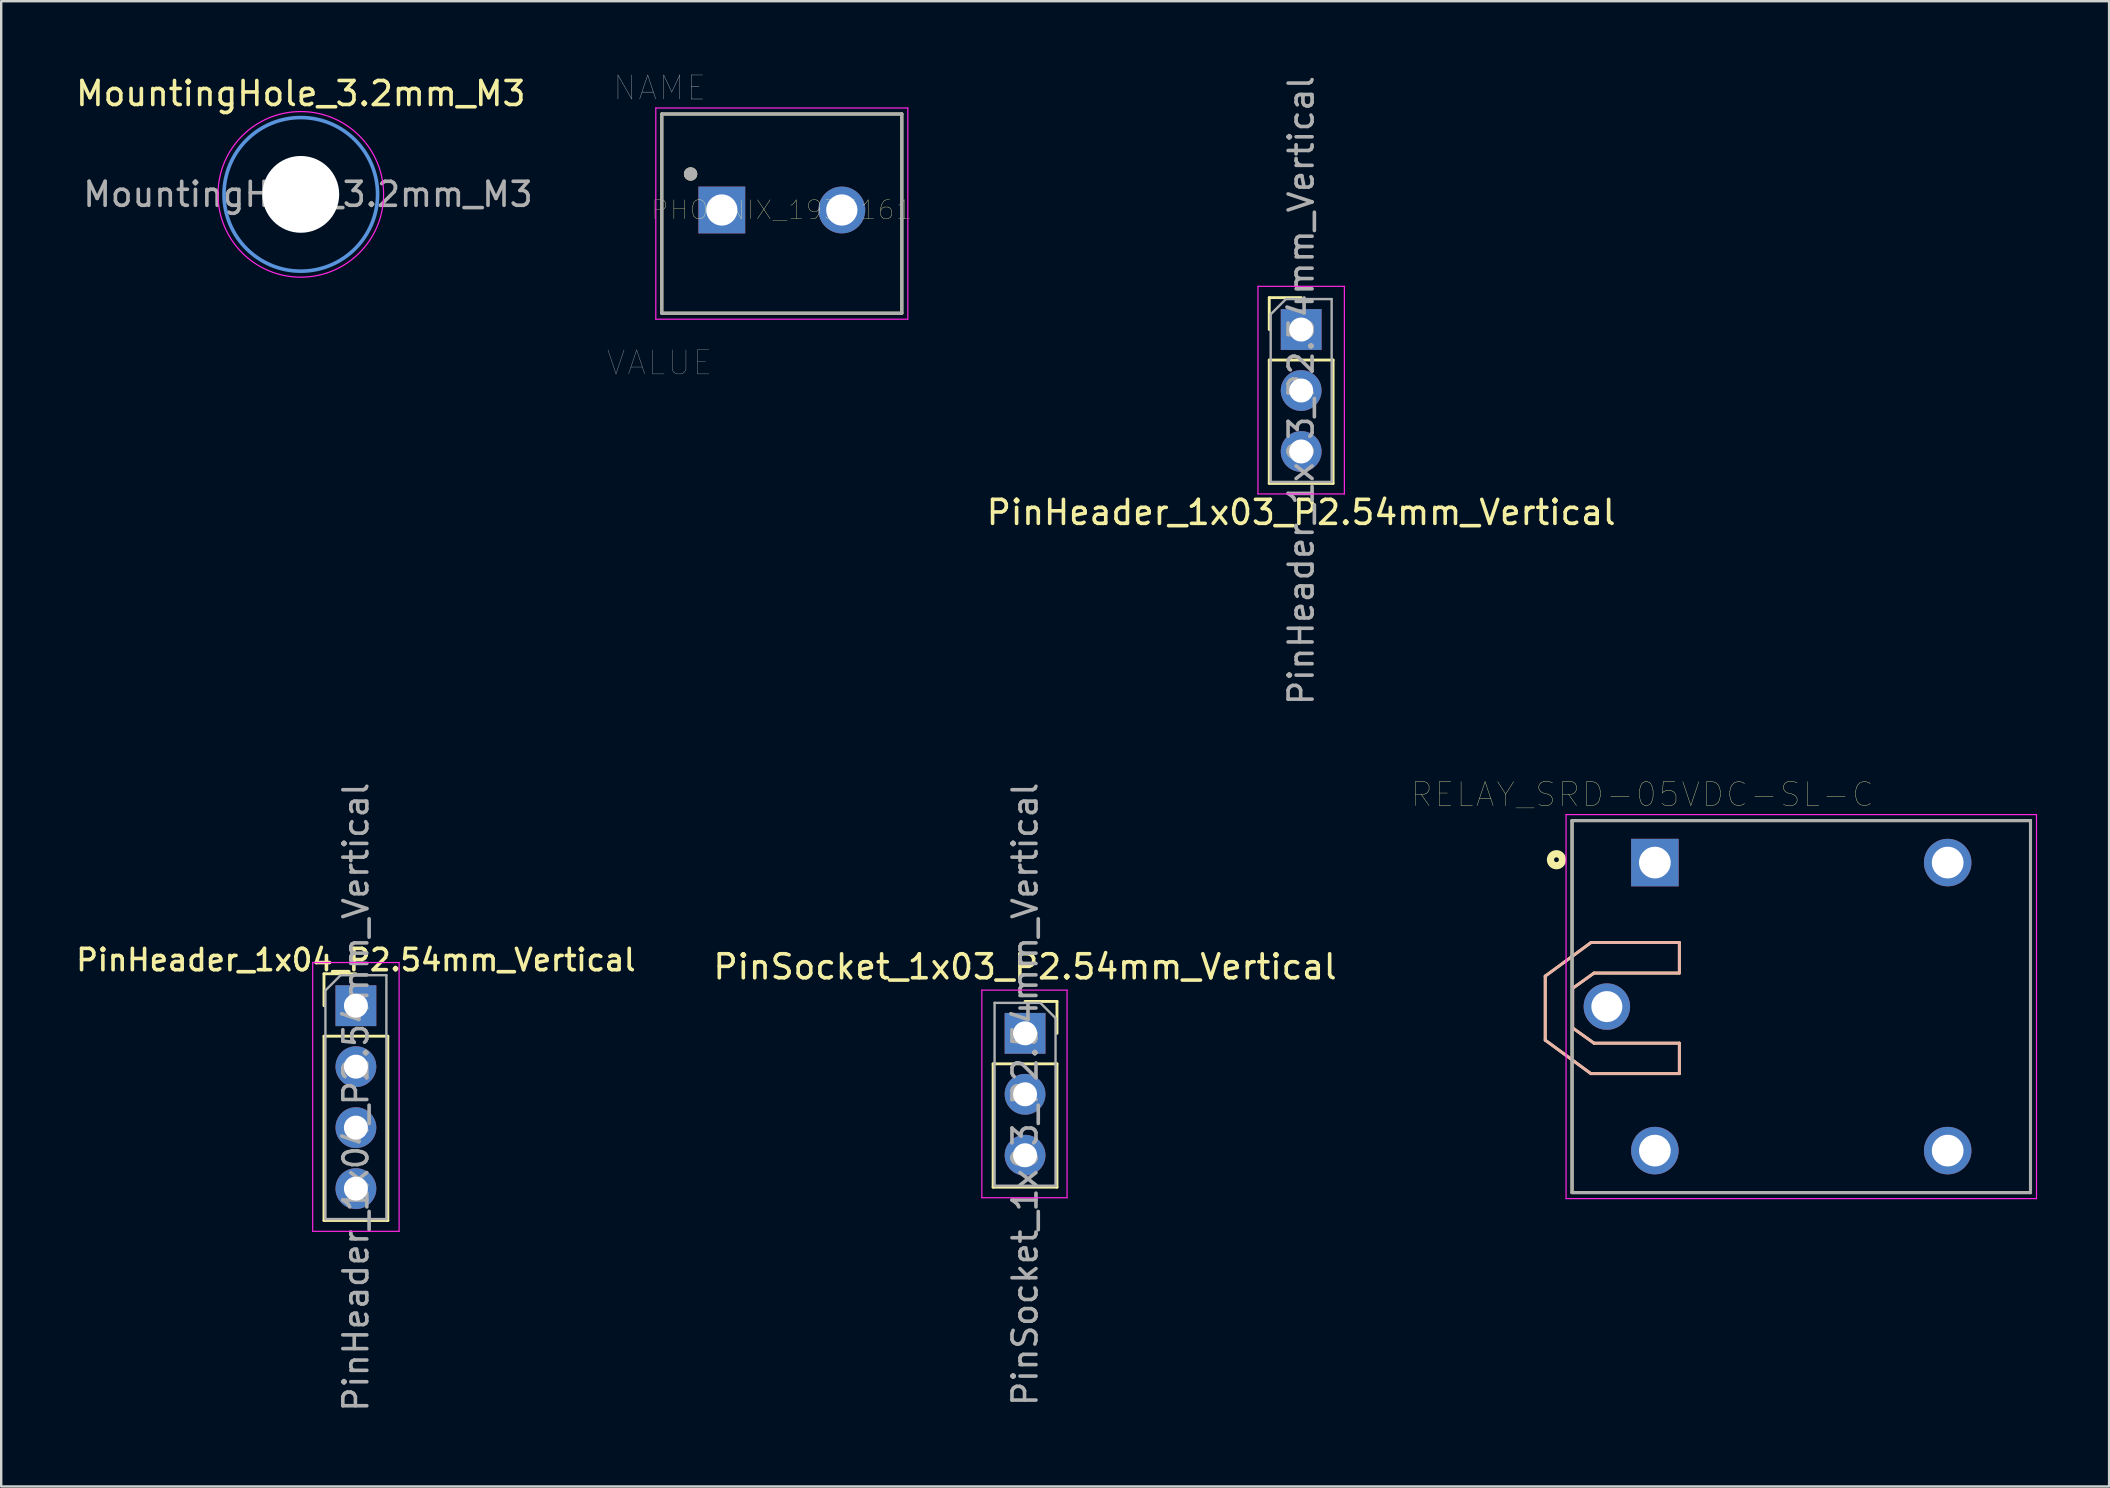
<source format=kicad_pcb>
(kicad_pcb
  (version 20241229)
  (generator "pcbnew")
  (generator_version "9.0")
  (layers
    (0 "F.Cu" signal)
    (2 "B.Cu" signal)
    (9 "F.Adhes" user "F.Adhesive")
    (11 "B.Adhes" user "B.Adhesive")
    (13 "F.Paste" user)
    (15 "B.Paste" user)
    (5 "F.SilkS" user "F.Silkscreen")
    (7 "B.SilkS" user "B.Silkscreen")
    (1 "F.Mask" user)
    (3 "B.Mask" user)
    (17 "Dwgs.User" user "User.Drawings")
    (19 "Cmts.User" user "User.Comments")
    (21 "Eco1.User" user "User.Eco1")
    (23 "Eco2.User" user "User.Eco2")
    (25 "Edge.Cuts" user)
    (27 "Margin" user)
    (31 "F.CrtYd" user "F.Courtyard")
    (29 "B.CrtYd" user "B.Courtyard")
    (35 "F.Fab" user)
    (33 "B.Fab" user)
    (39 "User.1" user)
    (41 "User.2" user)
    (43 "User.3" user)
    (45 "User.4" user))
  (footprint "RELAY_SRD-05VDC-SL-C"
    (layer "F.Cu")
    (at 72.251 38.888)
    (property "Reference" "RELAY_SRD-05VDC-SL-C" (at -6.88 -8.836 0) (layer "F.SilkS") (effects (font (size 1 1) (thickness 0.015))))
    (attr through_hole)
    (fp_line (start -10.922 -1.27) (end -10.922 1.397) (stroke (width 0.12) (type solid)) (layer "F.SilkS"))
    (fp_line (start -9.804 -7.75) (end 9.296 -7.75) (stroke (width 0.127) (type solid)) (layer "F.SilkS"))
    (fp_line (start -9.804 7.75) (end -9.804 -7.75) (stroke (width 0.127) (type solid)) (layer "F.SilkS"))
    (fp_line (start -9.779 -0.762) (end -9.779 0.889) (stroke (width 0.12) (type solid)) (layer "F.SilkS"))
    (fp_line (start -9.779 -0.762) (end -8.89 -1.397) (stroke (width 0.12) (type solid)) (layer "F.SilkS"))
    (fp_line (start -9.779 0.889) (end -8.89 1.524) (stroke (width 0.12) (type solid)) (layer "F.SilkS"))
    (fp_line (start -9.017 -2.667) (end -10.922 -1.27) (stroke (width 0.12) (type solid)) (layer "F.SilkS"))
    (fp_line (start -9.017 2.794) (end -10.922 1.397) (stroke (width 0.12) (type solid)) (layer "F.SilkS"))
    (fp_line (start -5.334 -2.667) (end -9.017 -2.667) (stroke (width 0.12) (type solid)) (layer "F.SilkS"))
    (fp_line (start -5.334 -2.667) (end -5.334 -1.397) (stroke (width 0.12) (type solid)) (layer "F.SilkS"))
    (fp_line (start -5.334 -1.397) (end -8.89 -1.397) (stroke (width 0.12) (type solid)) (layer "F.SilkS"))
    (fp_line (start -5.334 1.524) (end -8.89 1.524) (stroke (width 0.12) (type solid)) (layer "F.SilkS"))
    (fp_line (start -5.334 2.794) (end -9.017 2.794) (stroke (width 0.12) (type solid)) (layer "F.SilkS"))
    (fp_line (start -5.334 2.794) (end -5.334 1.524) (stroke (width 0.12) (type solid)) (layer "F.SilkS"))
    (fp_line (start 9.296 -7.75) (end 9.296 7.75) (stroke (width 0.127) (type solid)) (layer "F.SilkS"))
    (fp_line (start 9.296 7.75) (end -9.804 7.75) (stroke (width 0.127) (type solid)) (layer "F.SilkS"))
    (fp_circle (center -10.454 -6.119) (end -10.354 -6.119) (stroke (width 0.3) (type solid)) (fill no) (layer "F.SilkS"))
    (fp_line (start -10.922 -1.27) (end -10.922 1.397) (stroke (width 0.12) (type solid)) (layer "B.SilkS"))
    (fp_line (start -9.779 -0.762) (end -9.779 0.889) (stroke (width 0.12) (type solid)) (layer "B.SilkS"))
    (fp_line (start -9.779 -0.762) (end -8.89 -1.397) (stroke (width 0.12) (type solid)) (layer "B.SilkS"))
    (fp_line (start -9.779 0.889) (end -8.89 1.524) (stroke (width 0.12) (type solid)) (layer "B.SilkS"))
    (fp_line (start -9.017 -2.667) (end -10.922 -1.27) (stroke (width 0.12) (type solid)) (layer "B.SilkS"))
    (fp_line (start -9.017 2.794) (end -10.922 1.397) (stroke (width 0.12) (type solid)) (layer "B.SilkS"))
    (fp_line (start -5.334 -2.667) (end -9.017 -2.667) (stroke (width 0.12) (type solid)) (layer "B.SilkS"))
    (fp_line (start -5.334 -2.667) (end -5.334 -1.397) (stroke (width 0.12) (type solid)) (layer "B.SilkS"))
    (fp_line (start -5.334 -1.397) (end -8.89 -1.397) (stroke (width 0.12) (type solid)) (layer "B.SilkS"))
    (fp_line (start -5.334 1.524) (end -8.89 1.524) (stroke (width 0.12) (type solid)) (layer "B.SilkS"))
    (fp_line (start -5.334 2.794) (end -9.017 2.794) (stroke (width 0.12) (type solid)) (layer "B.SilkS"))
    (fp_line (start -5.334 2.794) (end -5.334 1.524) (stroke (width 0.12) (type solid)) (layer "B.SilkS"))
    (fp_line (start -10.054 -8) (end 9.546 -8) (stroke (width 0.05) (type solid)) (layer "F.CrtYd"))
    (fp_line (start -10.054 8) (end -10.054 -8) (stroke (width 0.05) (type solid)) (layer "F.CrtYd"))
    (fp_line (start 9.546 -8) (end 9.546 8) (stroke (width 0.05) (type solid)) (layer "F.CrtYd"))
    (fp_line (start 9.546 8) (end -10.054 8) (stroke (width 0.05) (type solid)) (layer "F.CrtYd"))
    (fp_line (start -9.804 -7.75) (end 9.296 -7.75) (stroke (width 0.127) (type solid)) (layer "F.Fab"))
    (fp_line (start -9.804 7.75) (end -9.804 -7.75) (stroke (width 0.127) (type solid)) (layer "F.Fab"))
    (fp_line (start 9.296 -7.75) (end 9.296 7.75) (stroke (width 0.127) (type solid)) (layer "F.Fab"))
    (fp_line (start 9.296 7.75) (end -9.804 7.75) (stroke (width 0.127) (type solid)) (layer "F.Fab"))
    (pad "A1" thru_hole rect (at -6.354 -6) (size 1.98 1.98) (drill 1.32) (layers "*.Cu" "*.Mask"))
    (pad "A2" thru_hole circle (at -6.354 6) (size 1.98 1.98) (drill 1.32) (layers "*.Cu" "*.Mask"))
    (pad "COM" thru_hole circle (at -8.354 0) (size 1.935 1.935) (drill 1.29) (layers "*.Cu" "*.Mask"))
    (pad "NC" thru_hole circle (at 5.846 -6) (size 1.98 1.98) (drill 1.32) (layers "*.Cu" "*.Mask"))
    (pad "NO" thru_hole circle (at 5.846 6) (size 1.98 1.98) (drill 1.32) (layers "*.Cu" "*.Mask")))
  (footprint "PinSocket_1x03_P2.54mm_Vertical"
    (layer "F.Cu")
    (at 39.657 40.002)
    (property "Reference" "PinSocket_1x03_P2.54mm_Vertical" (at 0 -2.77 0) (layer "F.SilkS") (effects (font (size 1 1) (thickness 0.15))))
    (attr through_hole)
    (fp_line (start -1.33 1.27) (end -1.33 6.41) (stroke (width 0.12) (type solid)) (layer "F.SilkS"))
    (fp_line (start -1.33 1.27) (end 1.33 1.27) (stroke (width 0.12) (type solid)) (layer "F.SilkS"))
    (fp_line (start -1.33 6.41) (end 1.33 6.41) (stroke (width 0.12) (type solid)) (layer "F.SilkS"))
    (fp_line (start 0 -1.33) (end 1.33 -1.33) (stroke (width 0.12) (type solid)) (layer "F.SilkS"))
    (fp_line (start 1.33 -1.33) (end 1.33 0) (stroke (width 0.12) (type solid)) (layer "F.SilkS"))
    (fp_line (start 1.33 1.27) (end 1.33 6.41) (stroke (width 0.12) (type solid)) (layer "F.SilkS"))
    (fp_line (start -1.8 -1.8) (end 1.75 -1.8) (stroke (width 0.05) (type solid)) (layer "F.CrtYd"))
    (fp_line (start -1.8 6.85) (end -1.8 -1.8) (stroke (width 0.05) (type solid)) (layer "F.CrtYd"))
    (fp_line (start 1.75 -1.8) (end 1.75 6.85) (stroke (width 0.05) (type solid)) (layer "F.CrtYd"))
    (fp_line (start 1.75 6.85) (end -1.8 6.85) (stroke (width 0.05) (type solid)) (layer "F.CrtYd"))
    (fp_line (start -1.27 -1.27) (end 0.635 -1.27) (stroke (width 0.1) (type solid)) (layer "F.Fab"))
    (fp_line (start -1.27 6.35) (end -1.27 -1.27) (stroke (width 0.1) (type solid)) (layer "F.Fab"))
    (fp_line (start 0.635 -1.27) (end 1.27 -0.635) (stroke (width 0.1) (type solid)) (layer "F.Fab"))
    (fp_line (start 1.27 -0.635) (end 1.27 6.35) (stroke (width 0.1) (type solid)) (layer "F.Fab"))
    (fp_line (start 1.27 6.35) (end -1.27 6.35) (stroke (width 0.1) (type solid)) (layer "F.Fab"))
    (fp_text user "${REFERENCE}" (at 0 2.54 90) (layer "F.Fab") (effects (font (size 1 1) (thickness 0.15))))
    (pad "1" thru_hole rect (at 0 0) (size 1.7 1.7) (drill 1) (layers "*.Cu" "*.Mask"))
    (pad "2" thru_hole oval (at 0 2.54) (size 1.7 1.7) (drill 1) (layers "*.Cu" "*.Mask"))
    (pad "3" thru_hole oval (at 0 5.08) (size 1.7 1.7) (drill 1) (layers "*.Cu" "*.Mask")))
  (footprint "PHOENIX_1935161"
    (layer "F.Cu")
    (at 29.523 5.699)
    (property "Reference" "PHOENIX_1935161" (at 0 0 0) (layer "F.SilkS") (effects (font (size 0.787 0.787) (thickness 0.015))))
    (attr through_hole)
    (fp_line (start -5 -4) (end 5 -4) (stroke (width 0.127) (type solid)) (layer "F.SilkS"))
    (fp_line (start -5 4.3) (end -5 -4) (stroke (width 0.127) (type solid)) (layer "F.SilkS"))
    (fp_line (start 5 -4) (end 5 4.3) (stroke (width 0.127) (type solid)) (layer "F.SilkS"))
    (fp_line (start 5 4.3) (end -5 4.3) (stroke (width 0.127) (type solid)) (layer "F.SilkS"))
    (fp_circle (center -3.8 -1.5) (end -3.66 -1.5) (stroke (width 0.28) (type solid)) (fill no) (layer "F.SilkS"))
    (fp_line (start -5.25 -4.25) (end 5.25 -4.25) (stroke (width 0.05) (type solid)) (layer "F.CrtYd"))
    (fp_line (start -5.25 4.55) (end -5.25 -4.25) (stroke (width 0.05) (type solid)) (layer "F.CrtYd"))
    (fp_line (start 5.25 -4.25) (end 5.25 4.55) (stroke (width 0.05) (type solid)) (layer "F.CrtYd"))
    (fp_line (start 5.25 4.55) (end -5.25 4.55) (stroke (width 0.05) (type solid)) (layer "F.CrtYd"))
    (fp_line (start -5 -4) (end 5 -4) (stroke (width 0.127) (type solid)) (layer "F.Fab"))
    (fp_line (start -5 4.3) (end -5 -4) (stroke (width 0.127) (type solid)) (layer "F.Fab"))
    (fp_line (start 5 -4) (end 5 4.3) (stroke (width 0.127) (type solid)) (layer "F.Fab"))
    (fp_line (start 5 4.3) (end -5 4.3) (stroke (width 0.127) (type solid)) (layer "F.Fab"))
    (fp_circle (center -3.8 -1.5) (end -3.66 -1.5) (stroke (width 0.28) (type solid)) (fill no) (layer "F.Fab"))
    (fp_text user "NAME" (at -5.087 -5.087 0) (layer "Dwgs.User") (effects (font (size 1.001 1.001) (thickness 0.015))))
    (fp_text user "VALUE" (at -5.093 6.366 0) (layer "F.Fab") (effects (font (size 1.003 1.003) (thickness 0.015))))
    (pad "1" thru_hole rect (at -2.5 0) (size 1.95 1.95) (drill 1.3) (layers "*.Cu" "*.Mask"))
    (pad "2" thru_hole circle (at 2.5 0) (size 1.95 1.95) (drill 1.3) (layers "*.Cu" "*.Mask")))
  (footprint "MountingHole_3.2mm_M3"
    (layer "F.Cu")
    (at 9.482 5.048)
    (property "Reference" "MountingHole_3.2mm_M3" (at 0 -4.2 0) (layer "F.SilkS") (effects (font (size 1 1) (thickness 0.15))))
    (attr exclude_from_pos_files exclude_from_bom)
    (fp_circle (center 0 0) (end 3.2 0) (stroke (width 0.15) (type solid)) (fill no) (layer "Cmts.User"))
    (fp_circle (center 0 0) (end 3.45 0) (stroke (width 0.05) (type solid)) (fill no) (layer "F.CrtYd"))
    (fp_text user "${REFERENCE}" (at 0.3 0 0) (layer "F.Fab") (effects (font (size 1 1) (thickness 0.15))))
    (pad "" np_thru_hole circle (at 0 0) (size 3.2 3.2) (drill 3.2) (layers "*.Cu" "*.Mask")))
  (footprint "PinHeader_1x03_P2.54mm_Vertical"
    (layer "F.Cu")
    (at 51.161 10.68)
    (property "Reference" "PinHeader_1x03_P2.54mm_Vertical" (at 0 7.62 180) (layer "F.SilkS") (effects (font (size 1 1) (thickness 0.15))))
    (attr through_hole)
    (fp_line (start -1.33 -1.33) (end 0 -1.33) (stroke (width 0.12) (type solid)) (layer "F.SilkS"))
    (fp_line (start -1.33 0) (end -1.33 -1.33) (stroke (width 0.12) (type solid)) (layer "F.SilkS"))
    (fp_line (start -1.33 1.27) (end -1.33 6.41) (stroke (width 0.12) (type solid)) (layer "F.SilkS"))
    (fp_line (start -1.33 1.27) (end 1.33 1.27) (stroke (width 0.12) (type solid)) (layer "F.SilkS"))
    (fp_line (start -1.33 6.41) (end 1.33 6.41) (stroke (width 0.12) (type solid)) (layer "F.SilkS"))
    (fp_line (start 1.33 1.27) (end 1.33 6.41) (stroke (width 0.12) (type solid)) (layer "F.SilkS"))
    (fp_line (start -1.8 -1.8) (end -1.8 6.85) (stroke (width 0.05) (type solid)) (layer "F.CrtYd"))
    (fp_line (start -1.8 6.85) (end 1.8 6.85) (stroke (width 0.05) (type solid)) (layer "F.CrtYd"))
    (fp_line (start 1.8 -1.8) (end -1.8 -1.8) (stroke (width 0.05) (type solid)) (layer "F.CrtYd"))
    (fp_line (start 1.8 6.85) (end 1.8 -1.8) (stroke (width 0.05) (type solid)) (layer "F.CrtYd"))
    (fp_line (start -1.27 -0.635) (end -0.635 -1.27) (stroke (width 0.1) (type solid)) (layer "F.Fab"))
    (fp_line (start -1.27 6.35) (end -1.27 -0.635) (stroke (width 0.1) (type solid)) (layer "F.Fab"))
    (fp_line (start -0.635 -1.27) (end 1.27 -1.27) (stroke (width 0.1) (type solid)) (layer "F.Fab"))
    (fp_line (start 1.27 -1.27) (end 1.27 6.35) (stroke (width 0.1) (type solid)) (layer "F.Fab"))
    (fp_line (start 1.27 6.35) (end -1.27 6.35) (stroke (width 0.1) (type solid)) (layer "F.Fab"))
    (fp_text user "${REFERENCE}" (at 0 2.54 270) (layer "F.Fab") (effects (font (size 1 1) (thickness 0.15))))
    (pad "1" thru_hole rect (at 0 0) (size 1.7 1.7) (drill 1) (layers "*.Cu" "*.Mask"))
    (pad "2" thru_hole oval (at 0 2.54) (size 1.7 1.7) (drill 1) (layers "*.Cu" "*.Mask"))
    (pad "3" thru_hole oval (at 0 5.08) (size 1.7 1.7) (drill 1) (layers "*.Cu" "*.Mask")))
  (footprint "PinHeader_1x04_P2.54mm_Vertical"
    (layer "F.Cu")
    (at 11.778 38.851)
    (property "Reference" "PinHeader_1x04_P2.54mm_Vertical" (at 0 -1.905 0) (layer "F.SilkS") (effects (font (size 0.889 0.889) (thickness 0.15))))
    (attr through_hole)
    (fp_line (start -1.33 -1.33) (end 0 -1.33) (stroke (width 0.12) (type solid)) (layer "F.SilkS"))
    (fp_line (start -1.33 0) (end -1.33 -1.33) (stroke (width 0.12) (type solid)) (layer "F.SilkS"))
    (fp_line (start -1.33 1.27) (end -1.33 8.95) (stroke (width 0.12) (type solid)) (layer "F.SilkS"))
    (fp_line (start -1.33 1.27) (end 1.33 1.27) (stroke (width 0.12) (type solid)) (layer "F.SilkS"))
    (fp_line (start -1.33 8.95) (end 1.33 8.95) (stroke (width 0.12) (type solid)) (layer "F.SilkS"))
    (fp_line (start 1.33 1.27) (end 1.33 8.95) (stroke (width 0.12) (type solid)) (layer "F.SilkS"))
    (fp_line (start -1.8 -1.8) (end -1.8 9.4) (stroke (width 0.05) (type solid)) (layer "F.CrtYd"))
    (fp_line (start -1.8 9.4) (end 1.8 9.4) (stroke (width 0.05) (type solid)) (layer "F.CrtYd"))
    (fp_line (start 1.8 -1.8) (end -1.8 -1.8) (stroke (width 0.05) (type solid)) (layer "F.CrtYd"))
    (fp_line (start 1.8 9.4) (end 1.8 -1.8) (stroke (width 0.05) (type solid)) (layer "F.CrtYd"))
    (fp_line (start -1.27 -0.635) (end -0.635 -1.27) (stroke (width 0.1) (type solid)) (layer "F.Fab"))
    (fp_line (start -1.27 8.89) (end -1.27 -0.635) (stroke (width 0.1) (type solid)) (layer "F.Fab"))
    (fp_line (start -0.635 -1.27) (end 1.27 -1.27) (stroke (width 0.1) (type solid)) (layer "F.Fab"))
    (fp_line (start 1.27 -1.27) (end 1.27 8.89) (stroke (width 0.1) (type solid)) (layer "F.Fab"))
    (fp_line (start 1.27 8.89) (end -1.27 8.89) (stroke (width 0.1) (type solid)) (layer "F.Fab"))
    (fp_text user "${REFERENCE}" (at 0 3.81 90) (layer "F.Fab") (effects (font (size 1 1) (thickness 0.15))))
    (pad "1" thru_hole rect (at 0 0) (size 1.7 1.7) (drill 1) (layers "*.Cu" "*.Mask"))
    (pad "2" thru_hole oval (at 0 2.54) (size 1.7 1.7) (drill 1) (layers "*.Cu" "*.Mask"))
    (pad "3" thru_hole oval (at 0 5.08) (size 1.7 1.7) (drill 1) (layers "*.Cu" "*.Mask"))
    (pad "4" thru_hole oval (at 0 7.62) (size 1.7 1.7) (drill 1) (layers "*.Cu" "*.Mask")))
  (gr_rect
    (start -3 -3)
    (end 84.822 58.881)
    (stroke (width 0.1) (type default))
    (fill no)
    (layer "Edge.Cuts")))
</source>
